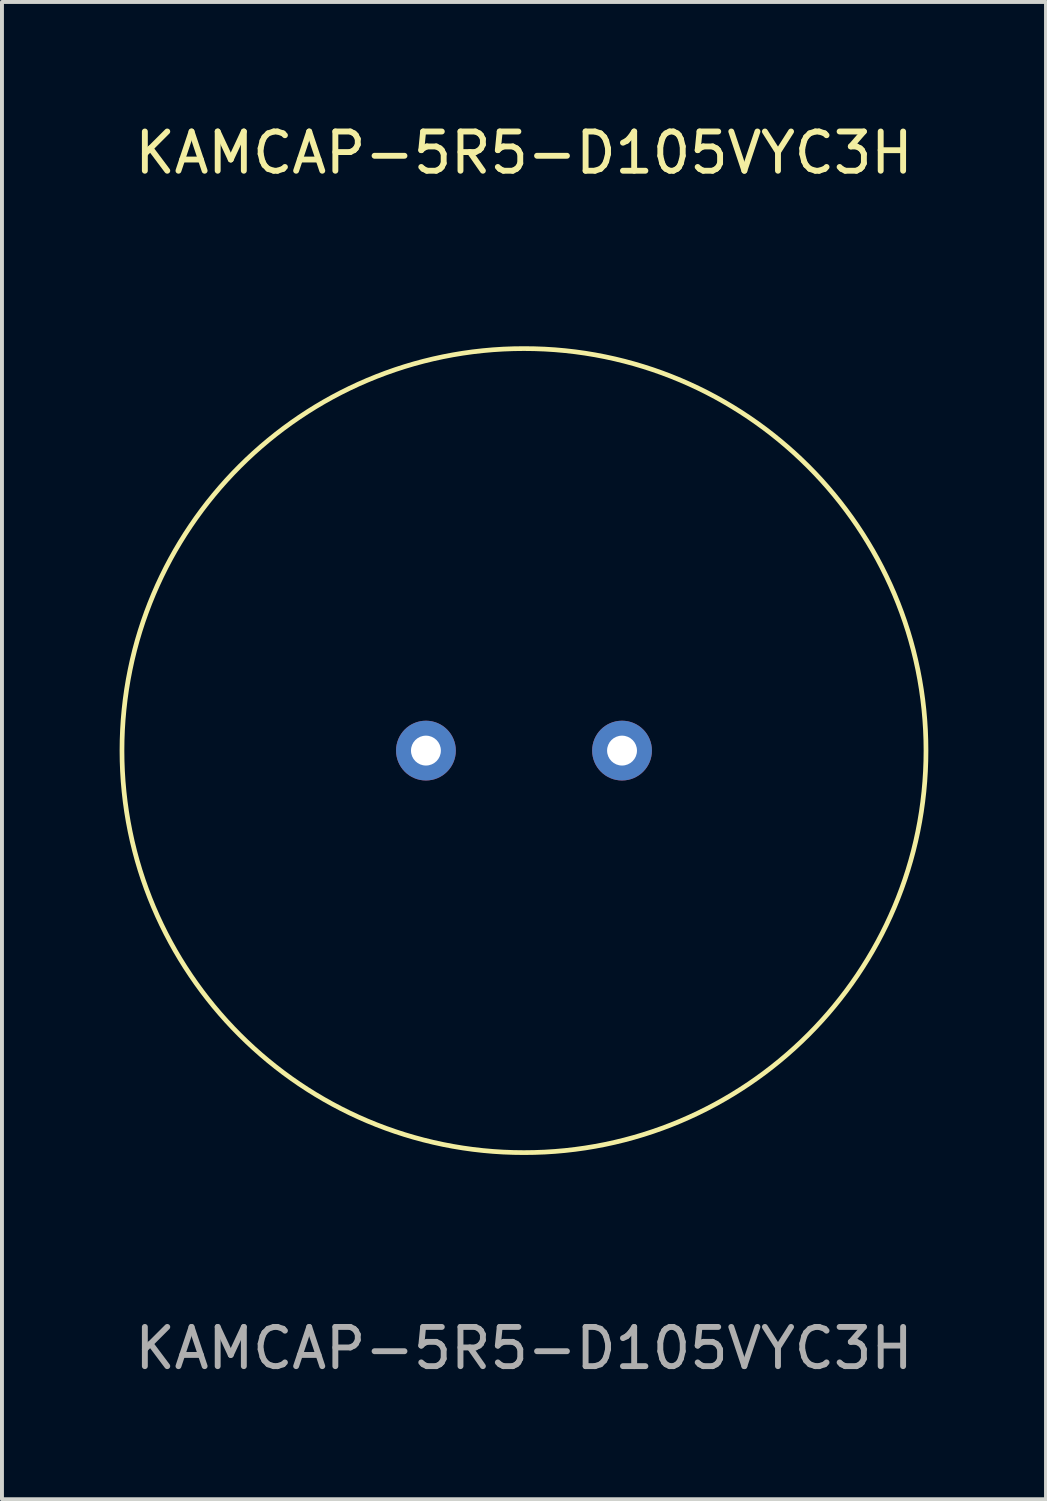
<source format=kicad_pcb>
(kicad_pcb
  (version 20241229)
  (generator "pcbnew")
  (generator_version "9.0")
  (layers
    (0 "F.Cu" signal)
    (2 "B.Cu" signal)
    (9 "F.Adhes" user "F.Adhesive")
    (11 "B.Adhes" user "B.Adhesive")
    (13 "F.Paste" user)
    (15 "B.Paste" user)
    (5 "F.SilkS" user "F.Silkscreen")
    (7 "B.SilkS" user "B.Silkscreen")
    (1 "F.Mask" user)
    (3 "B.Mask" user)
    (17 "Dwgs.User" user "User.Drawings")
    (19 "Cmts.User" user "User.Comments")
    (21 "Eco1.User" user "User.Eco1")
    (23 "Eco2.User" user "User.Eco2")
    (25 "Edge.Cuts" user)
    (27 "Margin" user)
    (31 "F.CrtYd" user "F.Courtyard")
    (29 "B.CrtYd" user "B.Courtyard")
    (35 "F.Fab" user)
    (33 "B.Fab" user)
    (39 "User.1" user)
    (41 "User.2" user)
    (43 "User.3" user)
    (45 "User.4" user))
  (footprint "KAMCAP-5R5-D105VYC3H"
    (layer "F.Cu")
    (at 10.31 16.088)
    (property "Reference" "KAMCAP-5R5-D105VYC3H" (at 0 -15.24 0) (unlocked yes) (layer "F.SilkS") (effects (font (size 1 1) (thickness 0.15))))
    (attr through_hole)
    (fp_circle (center 0 0) (end 10.25 0) (stroke (width 0.12) (type default)) (fill no) (layer "F.SilkS"))
    (fp_text user "${REFERENCE}" (at 0 15.24 0) (unlocked yes) (layer "F.Fab") (effects (font (size 1 1) (thickness 0.15))))
    (pad "1" thru_hole circle (at -2.5 0) (size 1.524 1.524) (drill 0.762) (layers "*.Cu" "*.Mask"))
    (pad "2" thru_hole circle (at 2.5 0) (size 1.524 1.524) (drill 0.762) (layers "*.Cu" "*.Mask")))
  (gr_rect
    (start -3 -3)
    (end 23.62 35.176)
    (stroke (width 0.1) (type default))
    (fill no)
    (layer "Edge.Cuts")))
</source>
